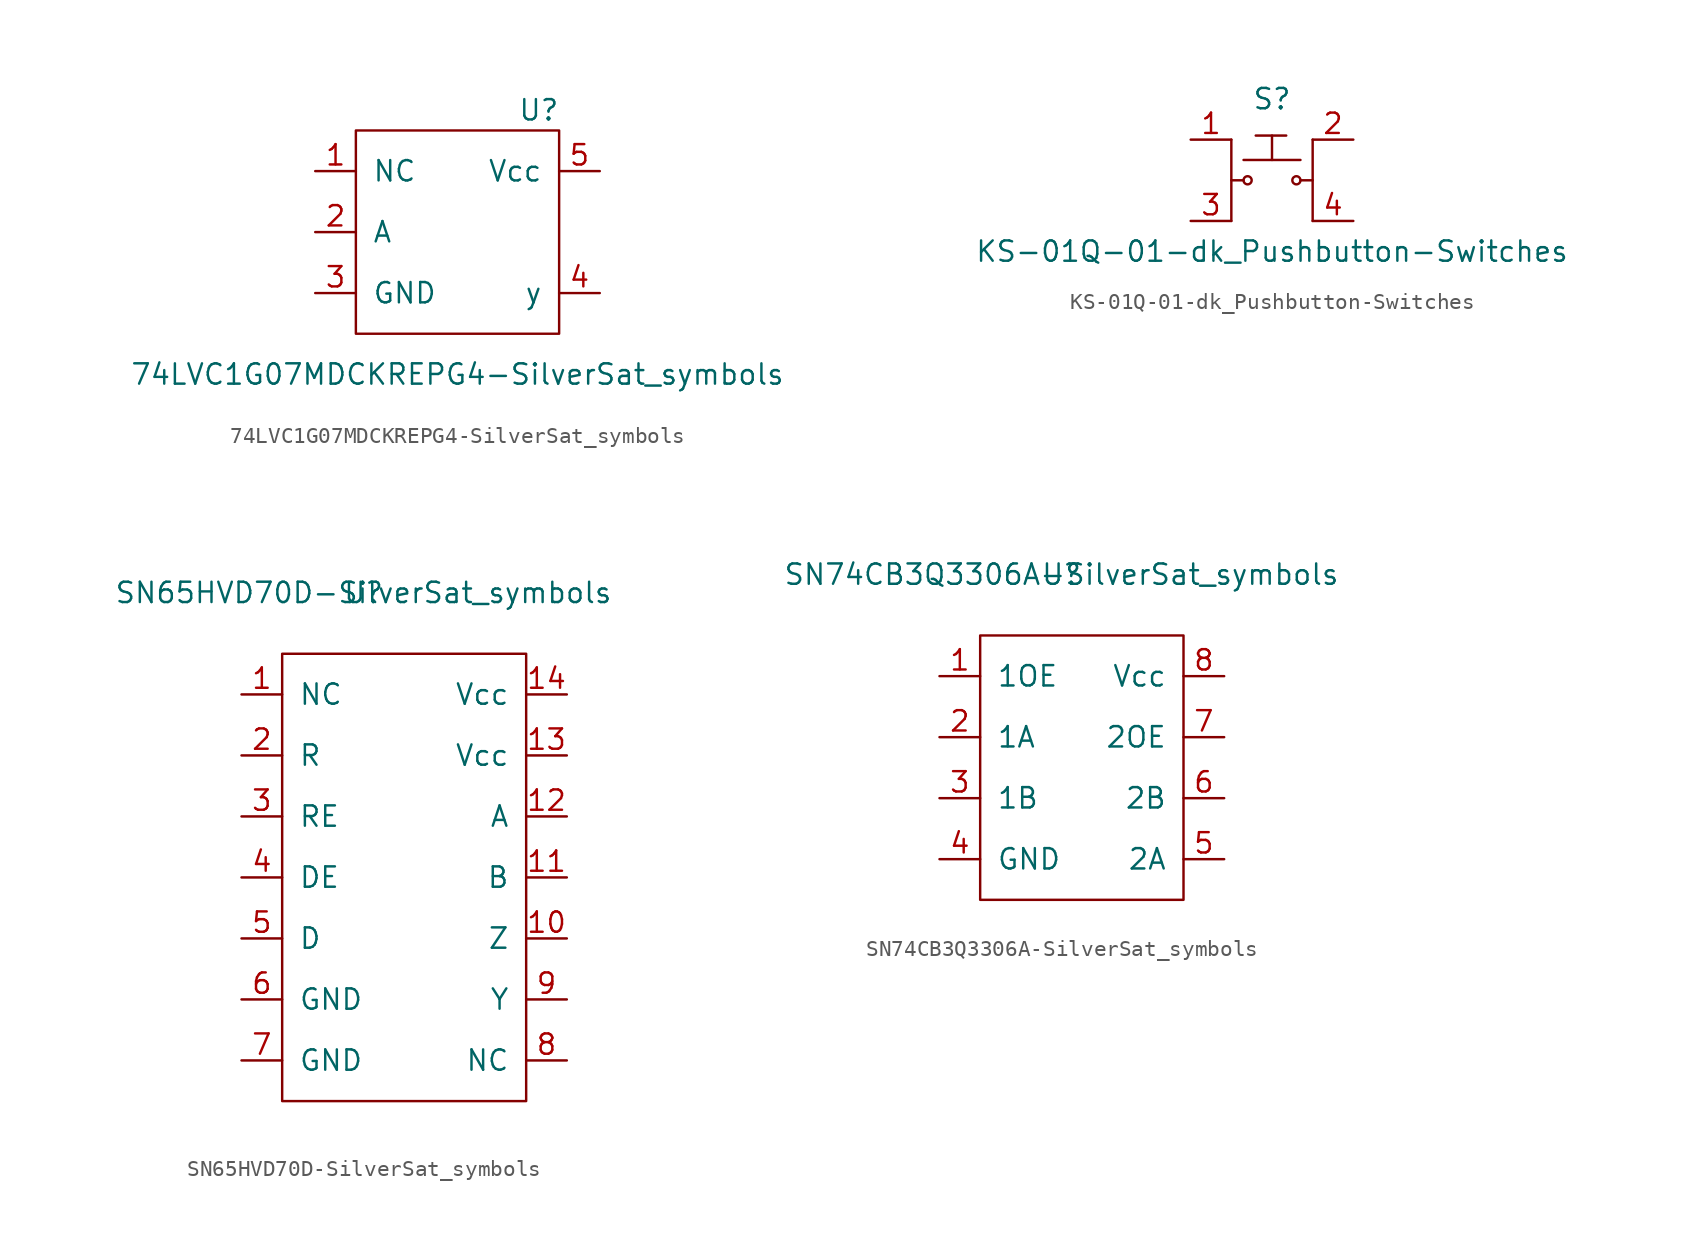
<source format=kicad_sym>
(kicad_symbol_lib
  (version 20211014)
  (generator kicad_symbol_editor)
  (symbol "74LVC1G07MDCKREPG4-SilverSat_symbols"
    (pin_names
      (offset 1.016))
    (property "Reference" "U"
      (at 2.54 -1.27 0)
      (effects (font (size 1.27 1.27))))
    (property "Value" "74LVC1G07MDCKREPG4-SilverSat_symbols"
      (at -2.54 -17.78 0)
      (effects (font (size 1.27 1.27))))
    (symbol "74LVC1G07MDCKREPG4-SilverSat_symbols_0_1"
      (rectangle (start -8.89 -2.54) (end 3.81 -15.24) (stroke (width 0) (type default) (color 0 0 0 0)) (fill (type none))))
    (symbol "74LVC1G07MDCKREPG4-SilverSat_symbols_1_1"
      (pin input line (at -11.43 -5.08 0) (length 2.54) (name "NC" (effects (font (size 1.27 1.27)))) (number "1" (effects (font (size 1.27 1.27)))))
      (pin input line (at -11.43 -8.89 0) (length 2.54) (name "A" (effects (font (size 1.27 1.27)))) (number "2" (effects (font (size 1.27 1.27)))))
      (pin input line (at -11.43 -12.7 0) (length 2.54) (name "GND" (effects (font (size 1.27 1.27)))) (number "3" (effects (font (size 1.27 1.27)))))
      (pin input line (at 6.35 -12.7 180) (length 2.54) (name "y" (effects (font (size 1.27 1.27)))) (number "4" (effects (font (size 1.27 1.27)))))
      (pin input line (at 6.35 -5.08 180) (length 2.54) (name "Vcc" (effects (font (size 1.27 1.27)))) (number "5" (effects (font (size 1.27 1.27)))))))
  (symbol "KS-01Q-01-dk_Pushbutton-Switches"
    (pin_names
      (offset 1.016))
    (property "Reference" "S"
      (at 0 5.08 0)
      (effects (font (size 1.27 1.27))))
    (property "Value" "KS-01Q-01-dk_Pushbutton-Switches"
      (at 0 -4.445 0)
      (effects (font (size 1.27 1.27))))
    (symbol "KS-01Q-01-dk_Pushbutton-Switches_0_1"
      (circle (center -1.524 0) (radius 0.254) (stroke (width 0) (type default) (color 0 0 0 0)) (fill (type none)))
      (polyline (pts (xy -2.54 2.54) (xy -2.54 -2.54)) (stroke (width 0) (type default) (color 0 0 0 0)) (fill (type none)))
      (polyline (pts (xy -1.778 0) (xy -2.54 0)) (stroke (width 0) (type default) (color 0 0 0 0)) (fill (type none)))
      (polyline (pts (xy -1.778 1.27) (xy 1.778 1.27)) (stroke (width 0) (type default) (color 0 0 0 0)) (fill (type none)))
      (polyline (pts (xy 2.54 -2.54) (xy 2.54 2.54)) (stroke (width 0) (type default) (color 0 0 0 0)) (fill (type none)))
      (polyline (pts (xy 2.54 0) (xy 1.778 0)) (stroke (width 0) (type default) (color 0 0 0 0)) (fill (type none)))
      (circle (center 1.524 0) (radius 0.254) (stroke (width 0) (type default) (color 0 0 0 0)) (fill (type none))))
    (symbol "KS-01Q-01-dk_Pushbutton-Switches_1_1"
      (polyline (pts (xy -1.016 2.794) (xy 0.889 2.794)) (stroke (width 0) (type default) (color 0 0 0 0)) (fill (type none)))
      (polyline (pts (xy 0 2.794) (xy 0 1.27)) (stroke (width 0) (type default) (color 0 0 0 0)) (fill (type none)))
      (pin passive line (at -5.08 2.54 0) (length 2.54) (name "~" (effects (font (size 1.27 1.27)))) (number "1" (effects (font (size 1.27 1.27)))))
      (pin passive line (at 5.08 2.54 180) (length 2.54) (name "~" (effects (font (size 1.27 1.27)))) (number "2" (effects (font (size 1.27 1.27)))))
      (pin passive line (at -5.08 -2.54 0) (length 2.54) (name "~" (effects (font (size 1.27 1.27)))) (number "3" (effects (font (size 1.27 1.27)))))
      (pin passive line (at 5.08 -2.54 180) (length 2.54) (name "~" (effects (font (size 1.27 1.27)))) (number "4" (effects (font (size 1.27 1.27)))))))
  (symbol "SN65HVD70D-SilverSat_symbols"
    (pin_names
      (offset 1.016))
    (property "Reference" "U"
      (at 0 0 0)
      (effects (font (size 1.27 1.27))))
    (property "Value" "SN65HVD70D-SilverSat_symbols"
      (at 0 0 0)
      (effects (font (size 1.27 1.27))))
    (symbol "SN65HVD70D-SilverSat_symbols_0_1"
      (rectangle (start -5.08 -3.81) (end 10.16 -31.75) (stroke (width 0) (type default) (color 0 0 0 0)) (fill (type none))))
    (symbol "SN65HVD70D-SilverSat_symbols_1_1"
      (pin input line (at -7.62 -6.35 0) (length 2.54) (name "NC" (effects (font (size 1.27 1.27)))) (number "1" (effects (font (size 1.27 1.27)))))
      (pin input line (at 12.7 -21.59 180) (length 2.54) (name "Z" (effects (font (size 1.27 1.27)))) (number "10" (effects (font (size 1.27 1.27)))))
      (pin input line (at 12.7 -17.78 180) (length 2.54) (name "B" (effects (font (size 1.27 1.27)))) (number "11" (effects (font (size 1.27 1.27)))))
      (pin input line (at 12.7 -13.97 180) (length 2.54) (name "A" (effects (font (size 1.27 1.27)))) (number "12" (effects (font (size 1.27 1.27)))))
      (pin input line (at 12.7 -10.16 180) (length 2.54) (name "Vcc" (effects (font (size 1.27 1.27)))) (number "13" (effects (font (size 1.27 1.27)))))
      (pin input line (at 12.7 -6.35 180) (length 2.54) (name "Vcc" (effects (font (size 1.27 1.27)))) (number "14" (effects (font (size 1.27 1.27)))))
      (pin input line (at -7.62 -10.16 0) (length 2.54) (name "R" (effects (font (size 1.27 1.27)))) (number "2" (effects (font (size 1.27 1.27)))))
      (pin input line (at -7.62 -13.97 0) (length 2.54) (name "RE" (effects (font (size 1.27 1.27)))) (number "3" (effects (font (size 1.27 1.27)))))
      (pin input line (at -7.62 -17.78 0) (length 2.54) (name "DE" (effects (font (size 1.27 1.27)))) (number "4" (effects (font (size 1.27 1.27)))))
      (pin input line (at -7.62 -21.59 0) (length 2.54) (name "D" (effects (font (size 1.27 1.27)))) (number "5" (effects (font (size 1.27 1.27)))))
      (pin input line (at -7.62 -25.4 0) (length 2.54) (name "GND" (effects (font (size 1.27 1.27)))) (number "6" (effects (font (size 1.27 1.27)))))
      (pin input line (at -7.62 -29.21 0) (length 2.54) (name "GND" (effects (font (size 1.27 1.27)))) (number "7" (effects (font (size 1.27 1.27)))))
      (pin input line (at 12.7 -29.21 180) (length 2.54) (name "NC" (effects (font (size 1.27 1.27)))) (number "8" (effects (font (size 1.27 1.27)))))
      (pin input line (at 12.7 -25.4 180) (length 2.54) (name "Y" (effects (font (size 1.27 1.27)))) (number "9" (effects (font (size 1.27 1.27)))))))
  (symbol "SN74CB3Q3306A-SilverSat_symbols"
    (pin_names
      (offset 1.016))
    (property "Reference" "U"
      (at 0 0 0)
      (effects (font (size 1.27 1.27))))
    (property "Value" "SN74CB3Q3306A-SilverSat_symbols"
      (at 0 0 0)
      (effects (font (size 1.27 1.27))))
    (symbol "SN74CB3Q3306A-SilverSat_symbols_0_1"
      (rectangle (start -5.08 -3.81) (end 7.62 -20.32) (stroke (width 0) (type default) (color 0 0 0 0)) (fill (type none))))
    (symbol "SN74CB3Q3306A-SilverSat_symbols_1_1"
      (pin input line (at -7.62 -6.35 0) (length 2.54) (name "1OE" (effects (font (size 1.27 1.27)))) (number "1" (effects (font (size 1.27 1.27)))))
      (pin input line (at -7.62 -10.16 0) (length 2.54) (name "1A" (effects (font (size 1.27 1.27)))) (number "2" (effects (font (size 1.27 1.27)))))
      (pin input line (at -7.62 -13.97 0) (length 2.54) (name "1B" (effects (font (size 1.27 1.27)))) (number "3" (effects (font (size 1.27 1.27)))))
      (pin input line (at -7.62 -17.78 0) (length 2.54) (name "GND" (effects (font (size 1.27 1.27)))) (number "4" (effects (font (size 1.27 1.27)))))
      (pin input line (at 10.16 -17.78 180) (length 2.54) (name "2A" (effects (font (size 1.27 1.27)))) (number "5" (effects (font (size 1.27 1.27)))))
      (pin input line (at 10.16 -13.97 180) (length 2.54) (name "2B" (effects (font (size 1.27 1.27)))) (number "6" (effects (font (size 1.27 1.27)))))
      (pin input line (at 10.16 -10.16 180) (length 2.54) (name "2OE" (effects (font (size 1.27 1.27)))) (number "7" (effects (font (size 1.27 1.27)))))
      (pin input line (at 10.16 -6.35 180) (length 2.54) (name "Vcc" (effects (font (size 1.27 1.27)))) (number "8" (effects (font (size 1.27 1.27))))))))
</source>
